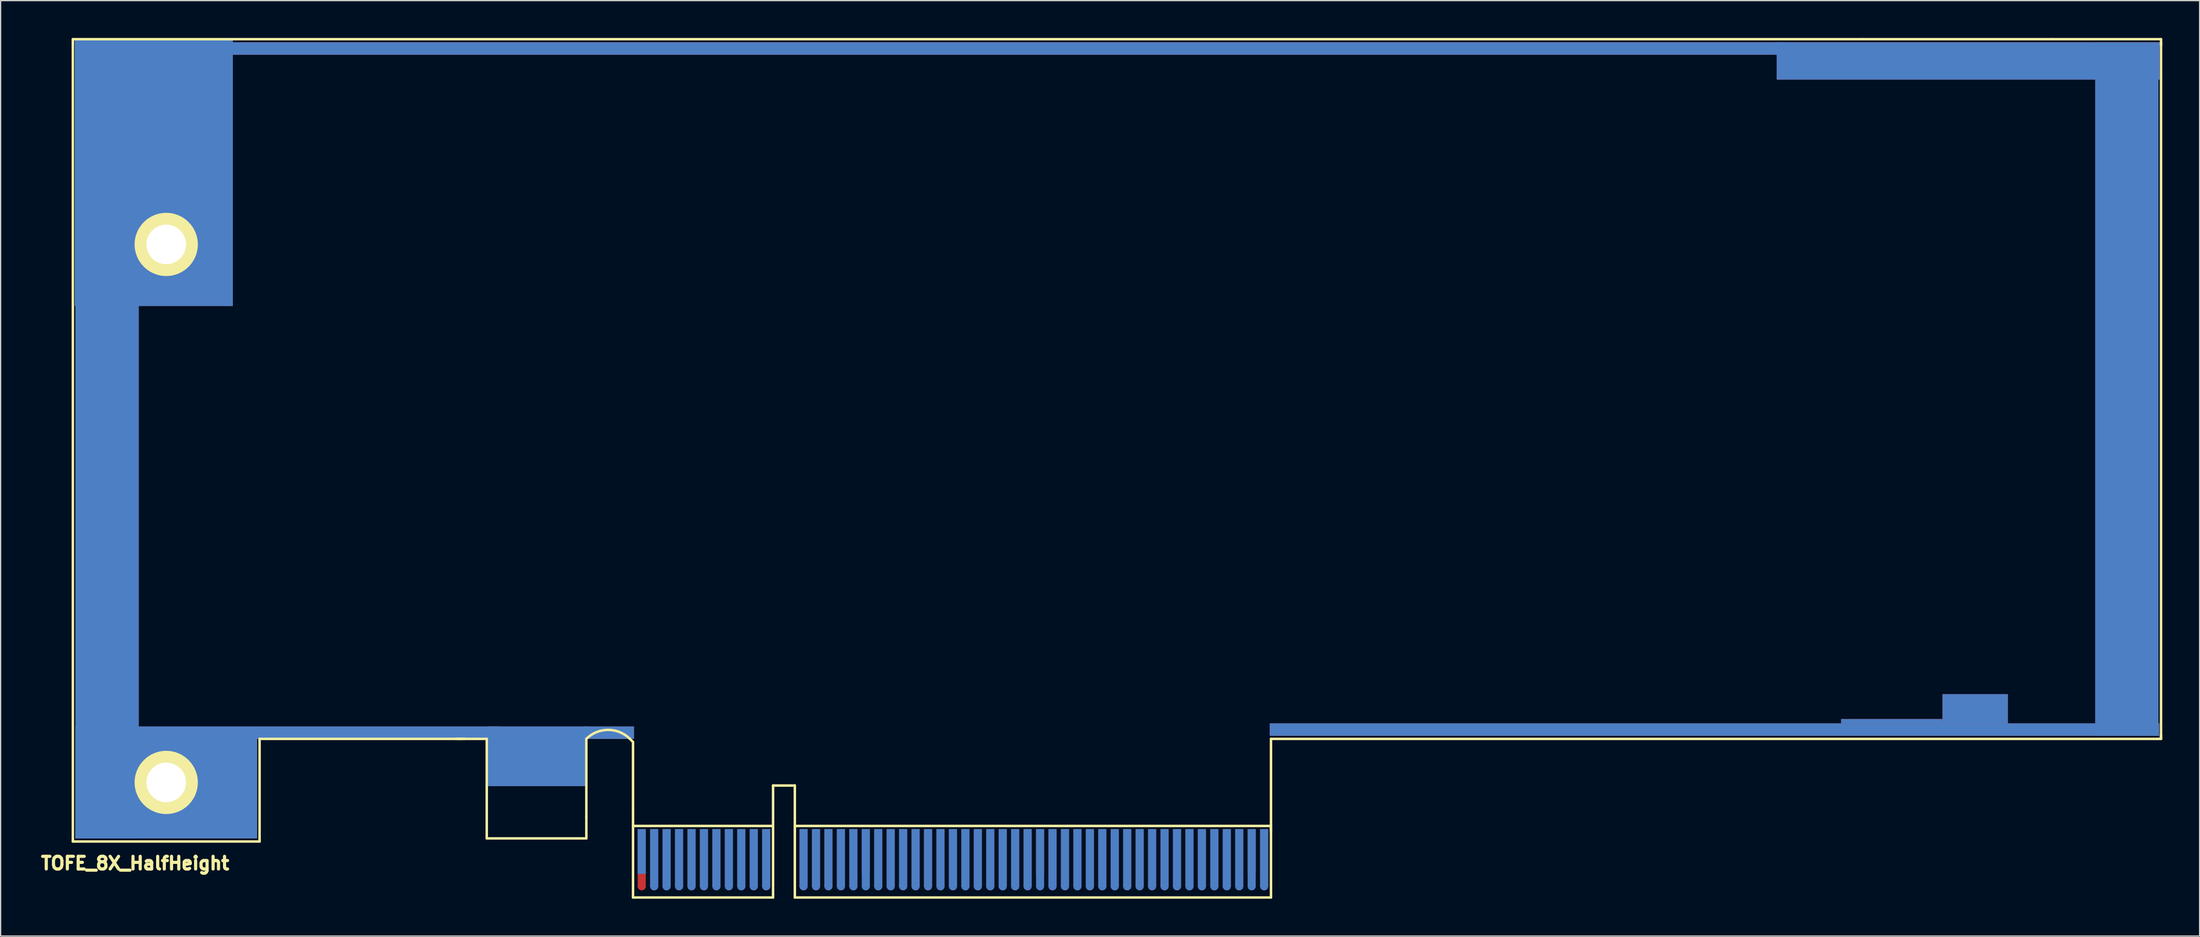
<source format=kicad_pcb>
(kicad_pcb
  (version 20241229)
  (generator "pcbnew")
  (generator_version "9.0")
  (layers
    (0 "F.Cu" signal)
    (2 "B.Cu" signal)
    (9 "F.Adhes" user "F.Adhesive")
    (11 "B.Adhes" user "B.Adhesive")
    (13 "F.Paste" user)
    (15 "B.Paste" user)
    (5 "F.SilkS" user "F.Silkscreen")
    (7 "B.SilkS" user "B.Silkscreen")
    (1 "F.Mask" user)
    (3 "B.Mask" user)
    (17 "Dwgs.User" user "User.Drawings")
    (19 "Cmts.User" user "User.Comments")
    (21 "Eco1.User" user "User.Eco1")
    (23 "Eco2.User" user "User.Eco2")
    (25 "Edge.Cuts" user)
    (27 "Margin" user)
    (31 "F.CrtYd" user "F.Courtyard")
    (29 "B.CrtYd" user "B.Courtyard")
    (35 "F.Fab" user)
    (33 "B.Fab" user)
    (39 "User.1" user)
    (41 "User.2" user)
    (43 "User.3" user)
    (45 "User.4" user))
  (footprint "TOFE_8X_HalfHeight"
    (layer "F.Cu")
    (at 2.803 64.6)
    (property "Reference" "TOFE_8X_HalfHeight" (at 5 1.75 0) (layer "F.SilkS") (effects (font (size 1.016 1.016) (thickness 0.254))))
    (attr through_hole)
    (fp_line (start 0 -64.5) (end 0 -64) (stroke (width 0.2) (type solid)) (layer "F.SilkS"))
    (fp_line (start 0 -0.25) (end 0 0) (stroke (width 0.2) (type solid)) (layer "F.SilkS"))
    (fp_line (start 0 0) (end 0 -64.4) (stroke (width 0.2) (type solid)) (layer "F.SilkS"))
    (fp_line (start 0 0) (end 15 0) (stroke (width 0.2) (type solid)) (layer "F.SilkS"))
    (fp_line (start 15 -8.25) (end 31.25 -8.25) (stroke (width 0.2) (type solid)) (layer "F.SilkS"))
    (fp_line (start 15 -0.25) (end 15 -8.25) (stroke (width 0.2) (type solid)) (layer "F.SilkS"))
    (fp_line (start 15 0) (end 15 -0.25) (stroke (width 0.2) (type solid)) (layer "F.SilkS"))
    (fp_line (start 31.5 -8.25) (end 31 -8.25) (stroke (width 0.2) (type solid)) (layer "F.SilkS"))
    (fp_line (start 33.25 -8.25) (end 30.75 -8.25) (stroke (width 0.2) (type solid)) (layer "F.SilkS"))
    (fp_line (start 33.25 -0.25) (end 33.25 -8.25) (stroke (width 0.2) (type solid)) (layer "F.SilkS"))
    (fp_line (start 33.25 -0.25) (end 41.25 -0.25) (stroke (width 0.2) (type solid)) (layer "F.SilkS"))
    (fp_line (start 41.25 -2) (end 41.25 -8.25) (stroke (width 0.2) (type solid)) (layer "F.SilkS"))
    (fp_line (start 41.25 -2) (end 41.25 -0.25) (stroke (width 0.2) (type solid)) (layer "F.SilkS"))
    (fp_line (start 45 -8) (end 44.75 -8.25) (stroke (width 0.2) (type solid)) (layer "F.SilkS"))
    (fp_line (start 45 -2.5) (end 45 -8) (stroke (width 0.2) (type solid)) (layer "F.SilkS"))
    (fp_line (start 45 4.5) (end 45 -2.5) (stroke (width 0.2) (type solid)) (layer "F.SilkS"))
    (fp_line (start 45 4.5) (end 56.25 4.5) (stroke (width 0.2) (type solid)) (layer "F.SilkS"))
    (fp_line (start 56.25 -4.5) (end 56.25 4.5) (stroke (width 0.2) (type solid)) (layer "F.SilkS"))
    (fp_line (start 56.25 -4.5) (end 58 -4.5) (stroke (width 0.2) (type solid)) (layer "F.SilkS"))
    (fp_line (start 56.25 -1.25) (end 45 -1.25) (stroke (width 0.2) (type solid)) (layer "F.SilkS"))
    (fp_line (start 58 -4.5) (end 58 4.5) (stroke (width 0.2) (type solid)) (layer "F.SilkS"))
    (fp_line (start 58 4.5) (end 96.25 4.5) (stroke (width 0.2) (type solid)) (layer "F.SilkS"))
    (fp_line (start 96.25 -8.25) (end 167.5 -8.25) (stroke (width 0.2) (type solid)) (layer "F.SilkS"))
    (fp_line (start 96.25 -1.25) (end 58 -1.25) (stroke (width 0.2) (type solid)) (layer "F.SilkS"))
    (fp_line (start 96.25 -0.75) (end 96.25 -8.25) (stroke (width 0.2) (type solid)) (layer "F.SilkS"))
    (fp_line (start 96.25 4.5) (end 96.25 -1.25) (stroke (width 0.2) (type solid)) (layer "F.SilkS"))
    (fp_line (start 143.75 -64.5) (end 0 -64.5) (stroke (width 0.2) (type solid)) (layer "F.SilkS"))
    (fp_line (start 159 -64.5) (end 143.75 -64.5) (stroke (width 0.2) (type solid)) (layer "F.SilkS"))
    (fp_line (start 167.5 -8.25) (end 167.75 -8.25) (stroke (width 0.2) (type solid)) (layer "F.SilkS"))
    (fp_line (start 167.75 -64.5) (end 159 -64.5) (stroke (width 0.2) (type solid)) (layer "F.SilkS"))
    (fp_line (start 167.75 -64) (end 167.75 -64.5) (stroke (width 0.2) (type solid)) (layer "F.SilkS"))
    (fp_line (start 167.75 -8.25) (end 167.75 -64.25) (stroke (width 0.2) (type solid)) (layer "F.SilkS"))
    (fp_line (start 167.75 -8.25) (end 167.75 -8.55) (stroke (width 0.2) (type solid)) (layer "F.SilkS"))
    (fp_arc (start 41.25 -8.25) (mid 43 -8.974874) (end 44.75 -8.25) (stroke (width 0.2) (type solid)) (layer "F.SilkS"))
    (pad "" smd rect (at 2.75 -32.25) (size 5.08 64) (layers "F.Cu" "F.Mask" "F.Paste"))
    (pad "" smd rect (at 2.75 -32.25) (size 5.08 64) (layers "F.Mask" "B.Cu" "F.Paste"))
    (pad "" smd rect (at 6.5 -53.75) (size 12.7 21.4) (layers "F.Cu" "F.Mask" "F.Paste"))
    (pad "" smd rect (at 6.5 -53.75) (size 12.7 21.4) (layers "F.Mask" "B.Cu" "F.Paste"))
    (pad "" thru_hole circle (at 7.5 -48) (size 5.08 5.08) (drill 3.18) (layers "*.Cu" "*.Mask" "F.SilkS"))
    (pad "" thru_hole circle (at 7.5 -4.75) (size 5.08 5.08) (drill 3.18) (layers "*.Cu" "*.Mask" "F.SilkS"))
    (pad "" smd rect (at 7.5 -4.75) (size 14.6 9) (layers "F.Cu" "F.Mask" "F.Paste"))
    (pad "" smd rect (at 7.5 -4.75) (size 14.6 9) (layers "F.Mask" "B.Cu" "F.Paste"))
    (pad "" smd rect (at 24.5 -8.75) (size 19.5 1) (layers "F.Cu" "F.Mask" "F.Paste"))
    (pad "" smd rect (at 24.5 -8.75) (size 19.5 1) (layers "F.Mask" "B.Cu" "F.Paste"))
    (pad "" smd rect (at 37.325 -6.85) (size 8 4.8) (layers "F.Cu" "F.Mask" "F.Paste"))
    (pad "" smd rect (at 37.325 -6.85) (size 8 4.8) (layers "F.Mask" "B.Cu" "F.Paste"))
    (pad "" smd rect (at 43.075 -8.75) (size 4 1) (layers "F.Cu" "F.Mask" "F.Paste"))
    (pad "" smd rect (at 43.075 -8.75) (size 4 1) (layers "F.Mask" "B.Cu" "F.Paste"))
    (pad "" connect circle (at 45.7 3.601) (size 0.65 0.65) (layers "F.Cu" "F.Mask"))
    (pad "" connect circle (at 46.701 3.601) (size 0.65 0.65) (layers "F.Cu" "F.Mask"))
    (pad "" connect oval (at 46.701 3.601 90) (size 0.65 0.65) (layers "B.Cu" "B.Mask"))
    (pad "" connect circle (at 47.699 3.601) (size 0.65 0.65) (layers "F.Cu" "F.Mask"))
    (pad "" connect oval (at 47.699 3.601 90) (size 0.65 0.65) (layers "B.Cu" "B.Mask"))
    (pad "" connect circle (at 48.7 3.601) (size 0.65 0.65) (layers "F.Cu" "F.Mask"))
    (pad "" connect oval (at 48.7 3.601 90) (size 0.65 0.65) (layers "B.Cu" "B.Mask"))
    (pad "" connect circle (at 49.701 3.601) (size 0.65 0.65) (layers "F.Cu" "F.Mask"))
    (pad "" connect oval (at 49.701 3.601 90) (size 0.65 0.65) (layers "B.Cu" "B.Mask"))
    (pad "" connect circle (at 50.699 3.601) (size 0.65 0.65) (layers "F.Cu" "F.Mask"))
    (pad "" connect oval (at 50.699 3.601 90) (size 0.65 0.65) (layers "B.Cu" "B.Mask"))
    (pad "" connect circle (at 51.7 3.601) (size 0.65 0.65) (layers "F.Cu" "F.Mask"))
    (pad "" connect oval (at 51.7 3.601 90) (size 0.65 0.65) (layers "B.Cu" "B.Mask"))
    (pad "" connect circle (at 52.701 3.601) (size 0.65 0.65) (layers "F.Cu" "F.Mask"))
    (pad "" connect oval (at 52.701 3.601 90) (size 0.65 0.65) (layers "B.Cu" "B.Mask"))
    (pad "" connect circle (at 53.699 3.601) (size 0.65 0.65) (layers "F.Cu" "F.Mask"))
    (pad "" connect oval (at 53.699 3.601 90) (size 0.65 0.65) (layers "B.Cu" "B.Mask"))
    (pad "" connect circle (at 54.7 3.601) (size 0.65 0.65) (layers "F.Cu" "F.Mask"))
    (pad "" connect oval (at 54.7 3.601 90) (size 0.65 0.65) (layers "B.Cu" "B.Mask"))
    (pad "" connect circle (at 55.7 3.601) (size 0.65 0.65) (layers "F.Cu" "F.Mask"))
    (pad "" connect oval (at 55.7 3.601 90) (size 0.65 0.65) (layers "B.Cu" "B.Mask"))
    (pad "" connect circle (at 58.7 3.601) (size 0.65 0.65) (layers "F.Cu" "F.Mask"))
    (pad "" connect oval (at 58.7 3.601 90) (size 0.65 0.65) (layers "B.Cu" "B.Mask"))
    (pad "" connect circle (at 59.701 3.601) (size 0.65 0.65) (layers "F.Cu" "F.Mask"))
    (pad "" connect oval (at 59.701 3.601 90) (size 0.65 0.65) (layers "B.Cu" "B.Mask"))
    (pad "" connect circle (at 60.699 3.601) (size 0.65 0.65) (layers "F.Cu" "F.Mask"))
    (pad "" connect oval (at 60.699 3.601 90) (size 0.65 0.65) (layers "B.Cu" "B.Mask"))
    (pad "" connect circle (at 61.7 3.601) (size 0.65 0.65) (layers "F.Cu" "F.Mask"))
    (pad "" connect oval (at 61.7 3.601 90) (size 0.65 0.65) (layers "B.Cu" "B.Mask"))
    (pad "" connect circle (at 62.701 3.601) (size 0.65 0.65) (layers "F.Cu" "F.Mask"))
    (pad "" connect oval (at 62.701 3.601 90) (size 0.65 0.65) (layers "B.Cu" "B.Mask"))
    (pad "" connect oval (at 63.699 3.601 90) (size 0.65 0.65) (layers "B.Cu" "B.Mask"))
    (pad "" connect circle (at 64.7 3.601) (size 0.65 0.65) (layers "F.Cu" "F.Mask"))
    (pad "" connect oval (at 64.7 3.601 90) (size 0.65 0.65) (layers "B.Cu" "B.Mask"))
    (pad "" connect oval (at 65.7 3.601) (size 0.65 0.65) (layers "F.Cu" "B.Mask"))
    (pad "" connect oval (at 65.7 3.601 90) (size 0.65 0.65) (layers "B.Cu" "B.Mask"))
    (pad "" connect oval (at 66.7 3.601) (size 0.65 0.65) (layers "F.Cu" "B.Mask"))
    (pad "" connect oval (at 66.7 3.601 90) (size 0.65 0.65) (layers "B.Cu" "B.Mask"))
    (pad "" connect oval (at 67.7 3.601) (size 0.65 0.65) (layers "F.Cu" "B.Mask"))
    (pad "" connect oval (at 67.7 3.601 90) (size 0.65 0.65) (layers "B.Cu" "B.Mask"))
    (pad "" connect oval (at 68.7 3.601) (size 0.65 0.65) (layers "F.Cu" "B.Mask"))
    (pad "" connect oval (at 68.7 3.601 90) (size 0.65 0.65) (layers "B.Cu" "B.Mask"))
    (pad "" connect oval (at 69.7 3.601) (size 0.65 0.65) (layers "F.Cu" "B.Mask"))
    (pad "" connect oval (at 69.7 3.601 90) (size 0.65 0.65) (layers "B.Cu" "B.Mask"))
    (pad "" connect oval (at 70.7 3.601) (size 0.65 0.65) (layers "F.Cu" "B.Mask"))
    (pad "" connect oval (at 70.7 3.601 90) (size 0.65 0.65) (layers "B.Cu" "B.Mask"))
    (pad "" connect oval (at 71.7 3.601) (size 0.65 0.65) (layers "F.Cu" "B.Mask"))
    (pad "" connect oval (at 71.7 3.601 90) (size 0.65 0.65) (layers "B.Cu" "B.Mask"))
    (pad "" connect oval (at 72.7 3.601) (size 0.65 0.65) (layers "F.Cu" "B.Mask"))
    (pad "" connect oval (at 72.7 3.601 90) (size 0.65 0.65) (layers "B.Cu" "B.Mask"))
    (pad "" connect oval (at 73.7 3.601) (size 0.65 0.65) (layers "F.Cu" "B.Mask"))
    (pad "" connect oval (at 73.7 3.601 90) (size 0.65 0.65) (layers "B.Cu" "B.Mask"))
    (pad "" connect oval (at 74.7 3.601) (size 0.65 0.65) (layers "F.Cu" "B.Mask"))
    (pad "" connect oval (at 74.7 3.601 90) (size 0.65 0.65) (layers "B.Cu" "B.Mask"))
    (pad "" smd rect (at 74.75 -63.75) (size 125 1) (layers "F.Cu" "F.Mask" "F.Paste"))
    (pad "" smd rect (at 75 -63.75) (size 125 1) (layers "F.Mask" "B.Cu" "F.Paste"))
    (pad "" connect oval (at 75.7 3.601) (size 0.65 0.65) (layers "F.Cu" "B.Mask"))
    (pad "" connect oval (at 75.7 3.601 90) (size 0.65 0.65) (layers "B.Cu" "B.Mask"))
    (pad "" connect oval (at 76.7 3.601) (size 0.65 0.65) (layers "F.Cu" "B.Mask"))
    (pad "" connect oval (at 76.7 3.601 90) (size 0.65 0.65) (layers "B.Cu" "B.Mask"))
    (pad "" connect oval (at 77.7 3.601 90) (size 0.65 0.65) (layers "B.Cu" "B.Mask"))
    (pad "" connect oval (at 78.7 3.601) (size 0.65 0.65) (layers "F.Cu" "B.Mask"))
    (pad "" connect oval (at 78.7 3.601 90) (size 0.65 0.65) (layers "B.Cu" "B.Mask"))
    (pad "" connect oval (at 79.7 3.601) (size 0.65 0.65) (layers "F.Cu" "B.Mask"))
    (pad "" connect oval (at 79.7 3.601 90) (size 0.65 0.65) (layers "B.Cu" "B.Mask"))
    (pad "" connect oval (at 80.7 3.601) (size 0.65 0.65) (layers "F.Cu" "B.Mask"))
    (pad "" connect oval (at 80.7 3.601 90) (size 0.65 0.65) (layers "B.Cu" "B.Mask"))
    (pad "" connect oval (at 81.7 3.601) (size 0.65 0.65) (layers "F.Cu" "B.Mask"))
    (pad "" connect oval (at 81.7 3.601 90) (size 0.65 0.65) (layers "B.Cu" "B.Mask"))
    (pad "" connect oval (at 82.7 3.601) (size 0.65 0.65) (layers "F.Cu" "B.Mask"))
    (pad "" connect oval (at 82.7 3.601 90) (size 0.65 0.65) (layers "B.Cu" "B.Mask"))
    (pad "" connect oval (at 83.7 3.601) (size 0.65 0.65) (layers "F.Cu" "B.Mask"))
    (pad "" connect oval (at 83.7 3.601 90) (size 0.65 0.65) (layers "B.Cu" "B.Mask"))
    (pad "" connect oval (at 84.7 3.601) (size 0.65 0.65) (layers "F.Cu" "B.Mask"))
    (pad "" connect oval (at 84.7 3.601 90) (size 0.65 0.65) (layers "B.Cu" "B.Mask"))
    (pad "" connect oval (at 85.7 3.601) (size 0.65 0.65) (layers "F.Cu" "B.Mask"))
    (pad "" connect oval (at 85.7 3.601 90) (size 0.65 0.65) (layers "B.Cu" "B.Mask"))
    (pad "" connect oval (at 86.7 3.601) (size 0.65 0.65) (layers "F.Cu" "B.Mask"))
    (pad "" connect oval (at 86.7 3.601 90) (size 0.65 0.65) (layers "B.Cu" "B.Mask"))
    (pad "" connect oval (at 87.7 3.601) (size 0.65 0.65) (layers "F.Cu" "B.Mask"))
    (pad "" connect oval (at 87.7 3.601 90) (size 0.65 0.65) (layers "B.Cu" "B.Mask"))
    (pad "" connect oval (at 88.7 3.601) (size 0.65 0.65) (layers "F.Cu" "B.Mask"))
    (pad "" connect oval (at 88.7 3.601 90) (size 0.65 0.65) (layers "B.Cu" "B.Mask"))
    (pad "" connect oval (at 89.7 3.601) (size 0.65 0.65) (layers "F.Cu" "B.Mask"))
    (pad "" connect oval (at 89.7 3.601 90) (size 0.65 0.65) (layers "B.Cu" "B.Mask"))
    (pad "" connect oval (at 90.7 3.601) (size 0.65 0.65) (layers "F.Cu" "B.Mask"))
    (pad "" connect oval (at 90.7 3.601 90) (size 0.65 0.65) (layers "B.Cu" "B.Mask"))
    (pad "" connect oval (at 91.7 3.601) (size 0.65 0.65) (layers "F.Cu" "B.Mask"))
    (pad "" connect oval (at 91.7 3.601 90) (size 0.65 0.65) (layers "B.Cu" "B.Mask"))
    (pad "" connect oval (at 92.7 3.601) (size 0.65 0.65) (layers "F.Cu" "B.Mask"))
    (pad "" connect oval (at 92.7 3.601 90) (size 0.65 0.65) (layers "B.Cu" "B.Mask"))
    (pad "" connect oval (at 93.7 3.601) (size 0.65 0.65) (layers "F.Cu" "B.Mask"))
    (pad "" connect oval (at 93.7 3.601 90) (size 0.65 0.65) (layers "B.Cu" "B.Mask"))
    (pad "" connect oval (at 94.7 3.601 90) (size 0.65 0.65) (layers "B.Cu" "B.Mask"))
    (pad "" connect oval (at 95.7 3.601) (size 0.65 0.65) (layers "F.Cu" "B.Mask"))
    (pad "" connect oval (at 95.7 3.601 90) (size 0.65 0.65) (layers "B.Cu" "B.Mask"))
    (pad "" smd rect (at 131.875 -9) (size 71.45 1) (layers "F.Cu" "F.Mask" "F.Paste"))
    (pad "" smd rect (at 131.875 -9) (size 71.45 1) (layers "F.Mask" "B.Cu" "F.Paste"))
    (pad "" smd rect (at 146.12 -9.67) (size 8.15 0.35) (layers "F.Cu" "F.Mask" "F.Paste"))
    (pad "" smd rect (at 146.12 -9.67) (size 8.15 0.35) (layers "F.Mask" "B.Cu" "F.Paste"))
    (pad "" smd rect (at 152.25 -62.75) (size 30.75 3) (layers "F.Cu" "F.Mask" "F.Paste"))
    (pad "" smd rect (at 152.25 -62.75) (size 30.75 3) (layers "F.Mask" "B.Cu" "F.Paste"))
    (pad "" smd rect (at 152.82 -10.67) (size 5.25 2.35) (layers "F.Cu" "F.Mask" "F.Paste"))
    (pad "" smd rect (at 152.82 -10.67) (size 5.25 2.35) (layers "F.Mask" "B.Cu" "F.Paste"))
    (pad "" smd rect (at 165 -36.75) (size 5.08 55) (layers "F.Cu" "F.Mask" "F.Paste"))
    (pad "" smd rect (at 165 -36) (size 5.08 55) (layers "F.Mask" "B.Cu" "F.Paste"))
    (pad "A1" connect rect (at 45.7 0.8) (size 0.65 3.599) (layers "B.Cu" "B.Mask"))
    (pad "A2" connect rect (at 46.701 1.3) (size 0.65 4.6) (layers "B.Cu" "B.Mask"))
    (pad "A3" connect rect (at 47.699 1.3) (size 0.65 4.6) (layers "B.Cu" "B.Mask"))
    (pad "A4" connect rect (at 48.7 1.3) (size 0.65 4.6) (layers "B.Cu" "B.Mask"))
    (pad "A5" connect rect (at 49.701 1.3) (size 0.65 4.6) (layers "B.Cu" "B.Mask"))
    (pad "A6" connect rect (at 50.699 1.3) (size 0.65 4.6) (layers "B.Cu" "B.Mask"))
    (pad "A7" connect rect (at 51.7 1.3) (size 0.65 4.6) (layers "B.Cu" "B.Mask"))
    (pad "A8" connect rect (at 52.701 1.3) (size 0.65 4.6) (layers "B.Cu" "B.Mask"))
    (pad "A9" connect rect (at 53.699 1.3) (size 0.65 4.6) (layers "B.Cu" "B.Mask"))
    (pad "A10" connect rect (at 54.7 1.3) (size 0.65 4.6) (layers "B.Cu" "B.Mask"))
    (pad "A11" connect rect (at 55.7 1.3) (size 0.65 4.6) (layers "B.Cu" "B.Mask"))
    (pad "A12" connect rect (at 58.7 1.3) (size 0.65 4.6) (layers "B.Cu" "B.Mask"))
    (pad "A13" connect rect (at 59.701 1.3) (size 0.65 4.6) (layers "B.Cu" "B.Mask"))
    (pad "A14" connect rect (at 60.699 1.3) (size 0.65 4.6) (layers "B.Cu" "B.Mask"))
    (pad "A15" connect rect (at 61.7 1.3) (size 0.65 4.6) (layers "B.Cu" "B.Mask"))
    (pad "A16" connect rect (at 62.701 1.3) (size 0.65 4.6) (layers "B.Cu" "B.Mask"))
    (pad "A17" connect rect (at 63.699 1.3) (size 0.65 4.6) (layers "B.Cu" "B.Mask"))
    (pad "A18" connect rect (at 64.7 1.3) (size 0.65 4.6) (layers "B.Cu" "B.Mask"))
    (pad "A19" connect rect (at 65.7 1.3) (size 0.65 4.6) (layers "B.Cu" "B.Mask"))
    (pad "A20" connect rect (at 66.7 1.3) (size 0.65 4.6) (layers "B.Cu" "B.Mask"))
    (pad "A21" connect rect (at 67.7 1.3) (size 0.65 4.6) (layers "B.Cu" "B.Mask"))
    (pad "A22" connect rect (at 68.7 1.3) (size 0.65 4.6) (layers "B.Cu" "B.Mask"))
    (pad "A23" connect rect (at 69.7 1.3) (size 0.65 4.6) (layers "B.Cu" "B.Mask"))
    (pad "A24" connect rect (at 70.7 1.3) (size 0.65 4.6) (layers "B.Cu" "B.Mask"))
    (pad "A25" connect rect (at 71.7 1.3) (size 0.65 4.6) (layers "B.Cu" "B.Mask"))
    (pad "A26" connect rect (at 72.7 1.3) (size 0.65 4.6) (layers "B.Cu" "B.Mask"))
    (pad "A27" connect rect (at 73.7 1.3) (size 0.65 4.6) (layers "B.Cu" "B.Mask"))
    (pad "A28" connect rect (at 74.7 1.3) (size 0.65 4.6) (layers "B.Cu" "B.Mask"))
    (pad "A29" connect rect (at 75.7 1.3) (size 0.65 4.6) (layers "B.Cu" "B.Mask"))
    (pad "A30" connect rect (at 76.7 1.3) (size 0.65 4.6) (layers "B.Cu" "B.Mask"))
    (pad "A31" connect rect (at 77.7 1.3) (size 0.65 4.6) (layers "B.Cu" "B.Mask"))
    (pad "A32" connect rect (at 78.7 1.3) (size 0.65 4.6) (layers "B.Cu" "B.Mask"))
    (pad "A33" connect rect (at 79.7 1.3) (size 0.65 4.6) (layers "B.Cu" "B.Mask"))
    (pad "A34" connect rect (at 80.7 1.3) (size 0.65 4.6) (layers "B.Cu" "B.Mask"))
    (pad "A35" connect rect (at 81.7 1.3) (size 0.65 4.6) (layers "B.Cu" "B.Mask"))
    (pad "A36" connect rect (at 82.7 1.3) (size 0.65 4.6) (layers "B.Cu" "B.Mask"))
    (pad "A37" connect rect (at 83.7 1.3) (size 0.65 4.6) (layers "B.Cu" "B.Mask"))
    (pad "A38" connect rect (at 84.7 1.3) (size 0.65 4.6) (layers "B.Cu" "B.Mask"))
    (pad "A39" connect rect (at 85.7 1.3) (size 0.65 4.6) (layers "B.Cu" "B.Mask"))
    (pad "A40" connect rect (at 86.7 1.3) (size 0.65 4.6) (layers "B.Cu" "B.Mask"))
    (pad "A41" connect rect (at 87.7 1.3) (size 0.65 4.6) (layers "B.Cu" "B.Mask"))
    (pad "A42" connect rect (at 88.7 1.3) (size 0.65 4.6) (layers "B.Cu" "B.Mask"))
    (pad "A43" connect rect (at 89.7 1.3) (size 0.65 4.6) (layers "B.Cu" "B.Mask"))
    (pad "A44" connect rect (at 90.7 1.3) (size 0.65 4.6) (layers "B.Cu" "B.Mask"))
    (pad "A45" connect rect (at 91.7 1.3) (size 0.65 4.6) (layers "B.Cu" "B.Mask"))
    (pad "A46" connect rect (at 92.7 1.3) (size 0.65 4.6) (layers "B.Cu" "B.Mask"))
    (pad "A47" connect rect (at 93.7 1.3) (size 0.65 4.6) (layers "B.Cu" "B.Mask"))
    (pad "A48" connect rect (at 94.7 1.3) (size 0.65 4.6) (layers "B.Cu" "B.Mask"))
    (pad "A49" connect rect (at 95.7 1.3) (size 0.65 4.6) (layers "B.Cu" "B.Mask"))
    (pad "B1" connect rect (at 45.7 1.3) (size 0.65 4.6) (layers "F.Cu" "B.Mask"))
    (pad "B2" connect rect (at 46.701 1.3) (size 0.65 4.6) (layers "F.Cu" "B.Mask"))
    (pad "B3" connect rect (at 47.699 1.3) (size 0.65 4.6) (layers "F.Cu" "B.Mask"))
    (pad "B4" connect rect (at 48.7 1.3) (size 0.65 4.6) (layers "F.Cu" "B.Mask"))
    (pad "B5" connect rect (at 49.701 1.3) (size 0.65 4.6) (layers "F.Cu" "B.Mask"))
    (pad "B6" connect rect (at 50.699 1.3) (size 0.65 4.6) (layers "F.Cu" "B.Mask"))
    (pad "B7" connect rect (at 51.7 1.3) (size 0.65 4.6) (layers "F.Cu" "B.Mask"))
    (pad "B8" connect rect (at 52.701 1.3) (size 0.65 4.6) (layers "F.Cu" "B.Mask"))
    (pad "B9" connect rect (at 53.699 1.3) (size 0.65 4.6) (layers "F.Cu" "B.Mask"))
    (pad "B10" connect rect (at 54.7 1.3) (size 0.65 4.6) (layers "F.Cu" "B.Mask"))
    (pad "B11" connect rect (at 55.7 1.3) (size 0.65 4.6) (layers "F.Cu" "B.Mask"))
    (pad "B12" connect rect (at 58.7 1.3) (size 0.65 4.6) (layers "F.Cu" "B.Mask"))
    (pad "B13" connect rect (at 59.701 1.3) (size 0.65 4.6) (layers "F.Cu" "B.Mask"))
    (pad "B14" connect rect (at 60.699 1.3) (size 0.65 4.6) (layers "F.Cu" "B.Mask"))
    (pad "B15" connect rect (at 61.7 1.3) (size 0.65 4.6) (layers "F.Cu" "B.Mask"))
    (pad "B16" connect rect (at 62.701 1.3) (size 0.65 4.6) (layers "F.Cu" "B.Mask"))
    (pad "B17" connect rect (at 63.699 0.8) (size 0.65 3.599) (layers "F.Cu" "B.Mask"))
    (pad "B18" connect rect (at 64.7 1.3) (size 0.65 4.6) (layers "F.Cu" "B.Mask"))
    (pad "B19" connect rect (at 65.7 1.3) (size 0.65 4.6) (layers "F.Cu" "B.Mask"))
    (pad "B20" connect rect (at 66.7 1.3) (size 0.65 4.6) (layers "F.Cu" "B.Mask"))
    (pad "B21" connect rect (at 67.7 1.3) (size 0.65 4.6) (layers "F.Cu" "B.Mask"))
    (pad "B22" connect rect (at 68.7 1.3) (size 0.65 4.6) (layers "F.Cu" "B.Mask"))
    (pad "B23" connect rect (at 69.7 1.3) (size 0.65 4.6) (layers "F.Cu" "B.Mask"))
    (pad "B24" connect rect (at 70.7 1.3) (size 0.65 4.6) (layers "F.Cu" "B.Mask"))
    (pad "B25" connect rect (at 71.7 1.3) (size 0.65 4.6) (layers "F.Cu" "B.Mask"))
    (pad "B26" connect rect (at 72.7 1.3) (size 0.65 4.6) (layers "F.Cu" "B.Mask"))
    (pad "B27" connect rect (at 73.7 1.3) (size 0.65 4.6) (layers "F.Cu" "B.Mask"))
    (pad "B28" connect rect (at 74.7 1.3) (size 0.65 4.6) (layers "F.Cu" "B.Mask"))
    (pad "B29" connect rect (at 75.7 1.3) (size 0.65 4.6) (layers "F.Cu" "B.Mask"))
    (pad "B30" connect rect (at 76.7 1.3) (size 0.65 4.6) (layers "F.Cu" "B.Mask"))
    (pad "B31" connect rect (at 77.7 0.8) (size 0.65 3.599) (layers "F.Cu" "B.Mask"))
    (pad "B32" connect rect (at 78.7 1.3) (size 0.65 4.6) (layers "F.Cu" "B.Mask"))
    (pad "B33" connect rect (at 79.7 1.3) (size 0.65 4.6) (layers "F.Cu" "B.Mask"))
    (pad "B34" connect rect (at 80.7 1.3) (size 0.65 4.6) (layers "F.Cu" "B.Mask"))
    (pad "B35" connect rect (at 81.7 1.3) (size 0.65 4.6) (layers "F.Cu" "B.Mask"))
    (pad "B36" connect rect (at 82.7 1.3) (size 0.65 4.6) (layers "F.Cu" "B.Mask"))
    (pad "B37" connect rect (at 83.7 1.3) (size 0.65 4.6) (layers "F.Cu" "B.Mask"))
    (pad "B38" connect rect (at 84.7 1.3) (size 0.65 4.6) (layers "F.Cu" "B.Mask"))
    (pad "B39" connect rect (at 85.7 1.3) (size 0.65 4.6) (layers "F.Cu" "B.Mask"))
    (pad "B40" connect rect (at 86.7 1.3) (size 0.65 4.6) (layers "F.Cu" "B.Mask"))
    (pad "B41" connect rect (at 87.7 1.3) (size 0.65 4.6) (layers "F.Cu" "B.Mask"))
    (pad "B42" connect rect (at 88.7 1.3) (size 0.65 4.6) (layers "F.Cu" "B.Mask"))
    (pad "B43" connect rect (at 89.7 1.3) (size 0.65 4.6) (layers "F.Cu" "B.Mask"))
    (pad "B44" connect rect (at 90.7 1.3) (size 0.65 4.6) (layers "F.Cu" "B.Mask"))
    (pad "B45" connect rect (at 91.7 1.3) (size 0.65 4.6) (layers "F.Cu" "B.Mask"))
    (pad "B46" connect rect (at 92.7 1.3) (size 0.65 4.6) (layers "F.Cu" "B.Mask"))
    (pad "B47" connect rect (at 93.7 1.3) (size 0.65 4.6) (layers "F.Cu" "B.Mask"))
    (pad "B48" connect rect (at 94.7 0.8) (size 0.65 3.599) (layers "F.Cu" "B.Mask"))
    (pad "B49" connect rect (at 95.7 1.3) (size 0.65 4.6) (layers "F.Cu" "B.Mask")))
  (gr_rect
    (start -3 -3)
    (end 173.653 72.2)
    (stroke (width 0.1) (type default))
    (fill no)
    (layer "Edge.Cuts")))
</source>
